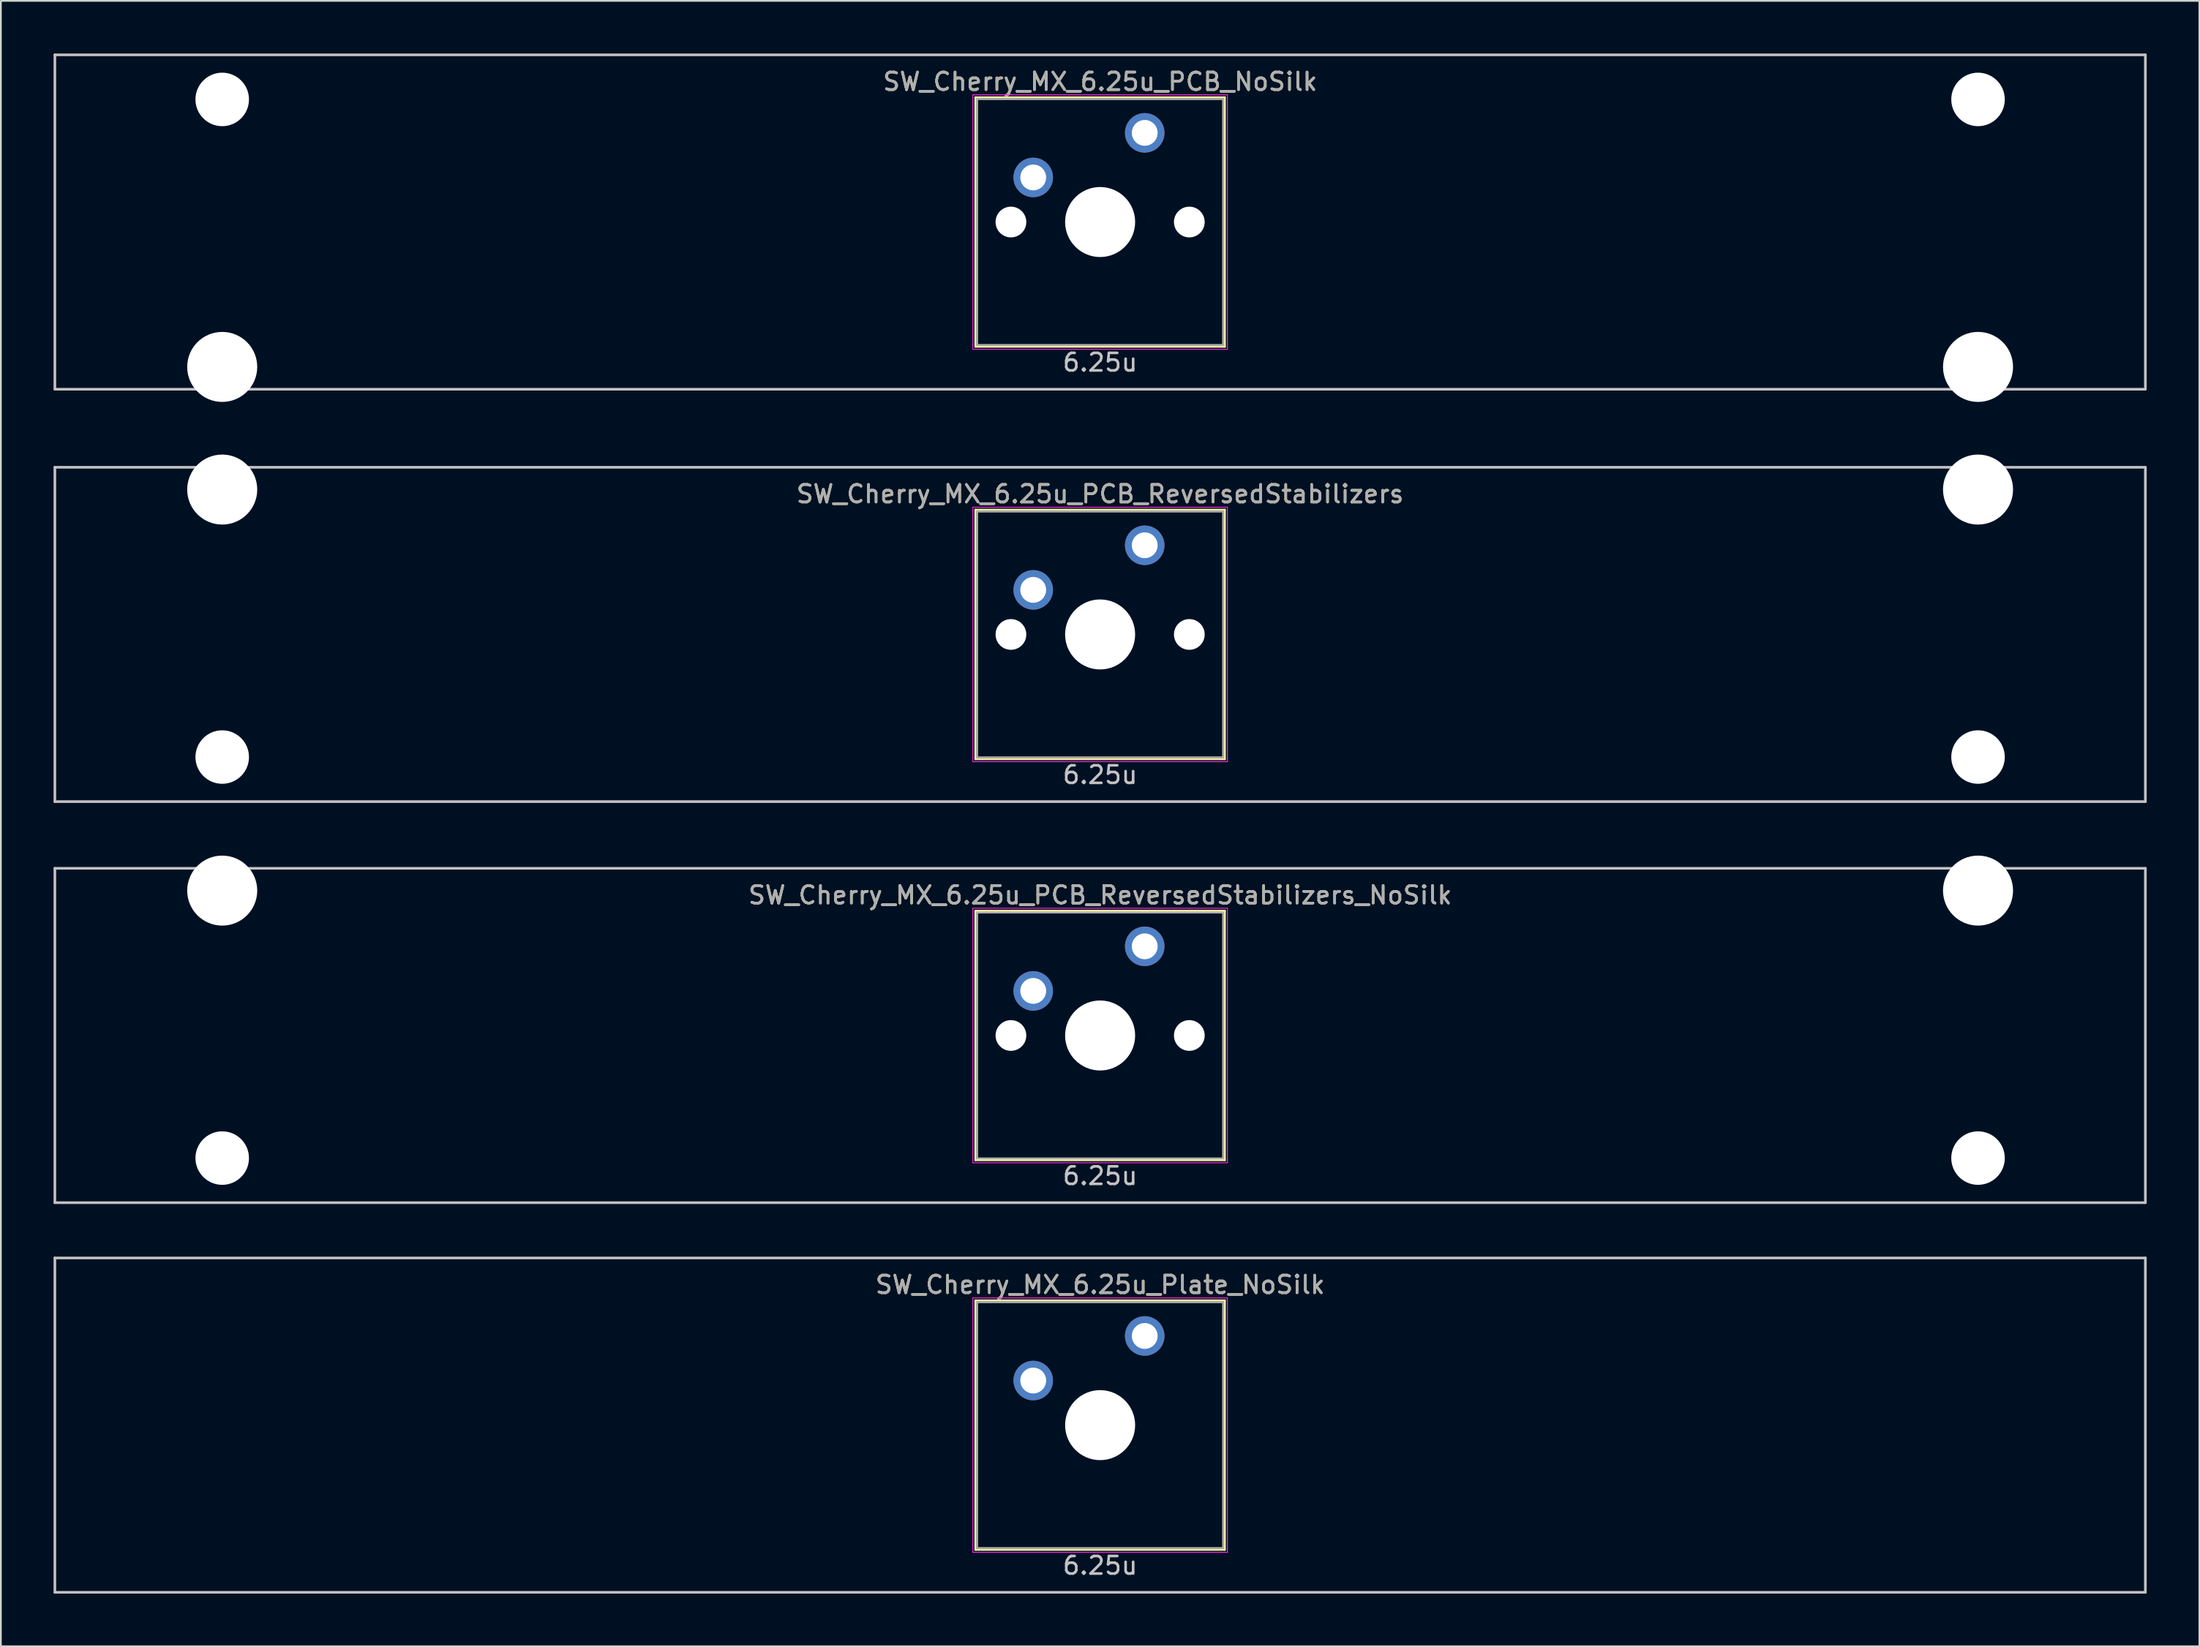
<source format=kicad_pcb>
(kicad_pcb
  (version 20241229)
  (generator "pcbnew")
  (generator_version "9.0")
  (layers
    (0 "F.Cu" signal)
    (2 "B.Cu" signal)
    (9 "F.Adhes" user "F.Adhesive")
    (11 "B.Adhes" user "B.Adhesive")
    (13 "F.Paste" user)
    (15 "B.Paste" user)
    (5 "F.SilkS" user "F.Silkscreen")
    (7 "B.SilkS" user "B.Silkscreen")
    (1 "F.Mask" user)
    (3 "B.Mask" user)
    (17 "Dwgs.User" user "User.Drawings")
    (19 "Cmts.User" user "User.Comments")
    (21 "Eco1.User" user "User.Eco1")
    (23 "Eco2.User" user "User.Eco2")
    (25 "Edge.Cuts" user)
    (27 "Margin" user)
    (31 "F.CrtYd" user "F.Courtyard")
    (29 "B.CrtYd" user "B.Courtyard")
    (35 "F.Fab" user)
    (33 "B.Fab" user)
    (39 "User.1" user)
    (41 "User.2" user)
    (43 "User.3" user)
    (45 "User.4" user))
  (footprint "SW_Cherry_MX_6.25u_PCB_ReversedStabilizers"
    (layer "F.Cu")
    (at 59.606 33.098)
    (property "Reference" "SW_Cherry_MX_6.25u_PCB_ReversedStabilizers" (at 0 -8 0) (layer "F.SilkS") (effects (font (size 1 1) (thickness 0.15))))
    (attr through_hole)
    (fp_line (start -7.1 -7.1) (end 7.1 -7.1) (stroke (width 0.12) (type solid)) (layer "F.SilkS"))
    (fp_line (start -7.1 7.1) (end -7.1 -7.1) (stroke (width 0.12) (type solid)) (layer "F.SilkS"))
    (fp_line (start 7.1 -7.1) (end 7.1 7.1) (stroke (width 0.12) (type solid)) (layer "F.SilkS"))
    (fp_line (start 7.1 7.1) (end -7.1 7.1) (stroke (width 0.12) (type solid)) (layer "F.SilkS"))
    (fp_line (start -59.531 -9.525) (end 59.531 -9.525) (stroke (width 0.15) (type solid)) (layer "Dwgs.User"))
    (fp_line (start -59.531 9.525) (end -59.531 -9.525) (stroke (width 0.15) (type solid)) (layer "Dwgs.User"))
    (fp_line (start -59.531 9.525) (end 59.531 9.525) (stroke (width 0.15) (type solid)) (layer "Dwgs.User"))
    (fp_line (start 59.531 -9.525) (end 59.531 9.525) (stroke (width 0.15) (type solid)) (layer "Dwgs.User"))
    (fp_line (start -7.25 -7.25) (end 7.25 -7.25) (stroke (width 0.05) (type solid)) (layer "F.CrtYd"))
    (fp_line (start -7.25 7.25) (end -7.25 -7.25) (stroke (width 0.05) (type solid)) (layer "F.CrtYd"))
    (fp_line (start 7.25 -7.25) (end 7.25 7.25) (stroke (width 0.05) (type solid)) (layer "F.CrtYd"))
    (fp_line (start 7.25 7.25) (end -7.25 7.25) (stroke (width 0.05) (type solid)) (layer "F.CrtYd"))
    (fp_line (start -7 -7) (end 7 -7) (stroke (width 0.1) (type solid)) (layer "F.Fab"))
    (fp_line (start -7 7) (end -7 -7) (stroke (width 0.1) (type solid)) (layer "F.Fab"))
    (fp_line (start 7 -7) (end 7 7) (stroke (width 0.1) (type solid)) (layer "F.Fab"))
    (fp_line (start 7 7) (end -7 7) (stroke (width 0.1) (type solid)) (layer "F.Fab"))
    (fp_text user "6.25u" (at 0 8 0) (layer "Dwgs.User") (effects (font (size 1 1) (thickness 0.15))))
    (fp_text user "${REFERENCE}" (at 0 -8 0) (layer "F.Fab") (effects (font (size 1 1) (thickness 0.15))))
    (pad "" np_thru_hole circle (at -50 -8.255) (size 3.988 3.988) (drill 3.988) (layers "*.Cu" "*.Mask"))
    (pad "" np_thru_hole circle (at -50 6.985) (size 3.048 3.048) (drill 3.048) (layers "*.Cu" "*.Mask"))
    (pad "" np_thru_hole circle (at -5.08 0 48.1) (size 1.75 1.75) (drill 1.75) (layers "*.Cu" "*.Mask"))
    (pad "" np_thru_hole circle (at 0 0) (size 3.988 3.988) (drill 3.988) (layers "*.Cu" "*.Mask"))
    (pad "" np_thru_hole circle (at 5.08 0 48.1) (size 1.75 1.75) (drill 1.75) (layers "*.Cu" "*.Mask"))
    (pad "" np_thru_hole circle (at 50 -8.255) (size 3.988 3.988) (drill 3.988) (layers "*.Cu" "*.Mask"))
    (pad "" np_thru_hole circle (at 50 6.985) (size 3.048 3.048) (drill 3.048) (layers "*.Cu" "*.Mask"))
    (pad "1" thru_hole circle (at -3.81 -2.54) (size 2.25 2.25) (drill 1.47) (layers "*.Cu" "B.Mask"))
    (pad "2" thru_hole circle (at 2.54 -5.08) (size 2.25 2.25) (drill 1.47) (layers "*.Cu" "B.Mask")))
  (footprint "SW_Cherry_MX_6.25u_Plate_NoSilk"
    (layer "F.Cu")
    (at 59.606 78.147)
    (property "Reference" "SW_Cherry_MX_6.25u_Plate_NoSilk" (at 0 -8 0) (layer "F.SilkS") (effects (font (size 1 1) (thickness 0.15))))
    (attr through_hole)
    (fp_line (start -7.1 -7.1) (end 7.1 -7.1) (stroke (width 0.12) (type solid)) (layer "F.SilkS"))
    (fp_line (start -7.1 7.1) (end -7.1 -7.1) (stroke (width 0.12) (type solid)) (layer "F.SilkS"))
    (fp_line (start 7.1 -7.1) (end 7.1 7.1) (stroke (width 0.12) (type solid)) (layer "F.SilkS"))
    (fp_line (start 7.1 7.1) (end -7.1 7.1) (stroke (width 0.12) (type solid)) (layer "F.SilkS"))
    (fp_line (start -59.531 -9.525) (end 59.531 -9.525) (stroke (width 0.15) (type solid)) (layer "Dwgs.User"))
    (fp_line (start -59.531 9.525) (end -59.531 -9.525) (stroke (width 0.15) (type solid)) (layer "Dwgs.User"))
    (fp_line (start -59.531 9.525) (end 59.531 9.525) (stroke (width 0.15) (type solid)) (layer "Dwgs.User"))
    (fp_line (start 59.531 -9.525) (end 59.531 9.525) (stroke (width 0.15) (type solid)) (layer "Dwgs.User"))
    (fp_line (start -7.25 -7.25) (end 7.25 -7.25) (stroke (width 0.05) (type solid)) (layer "F.CrtYd"))
    (fp_line (start -7.25 7.25) (end -7.25 -7.25) (stroke (width 0.05) (type solid)) (layer "F.CrtYd"))
    (fp_line (start 7.25 -7.25) (end 7.25 7.25) (stroke (width 0.05) (type solid)) (layer "F.CrtYd"))
    (fp_line (start 7.25 7.25) (end -7.25 7.25) (stroke (width 0.05) (type solid)) (layer "F.CrtYd"))
    (fp_line (start -7 -7) (end 7 -7) (stroke (width 0.1) (type solid)) (layer "F.Fab"))
    (fp_line (start -7 7) (end -7 -7) (stroke (width 0.1) (type solid)) (layer "F.Fab"))
    (fp_line (start 7 -7) (end 7 7) (stroke (width 0.1) (type solid)) (layer "F.Fab"))
    (fp_line (start 7 7) (end -7 7) (stroke (width 0.1) (type solid)) (layer "F.Fab"))
    (fp_text user "6.25u" (at 0 8 0) (layer "Dwgs.User") (effects (font (size 1 1) (thickness 0.15))))
    (fp_text user "${REFERENCE}" (at 0 -8 0) (layer "F.Fab") (effects (font (size 1 1) (thickness 0.15))))
    (pad "" np_thru_hole circle (at 0 0) (size 3.988 3.988) (drill 3.988) (layers "*.Cu" "*.Mask"))
    (pad "1" thru_hole circle (at -3.81 -2.54) (size 2.25 2.25) (drill 1.47) (layers "*.Cu" "B.Mask"))
    (pad "2" thru_hole circle (at 2.54 -5.08) (size 2.25 2.25) (drill 1.47) (layers "*.Cu" "B.Mask")))
  (footprint "SW_Cherry_MX_6.25u_PCB_NoSilk"
    (layer "F.Cu")
    (at 59.606 9.6)
    (property "Reference" "SW_Cherry_MX_6.25u_PCB_NoSilk" (at 0 -8 0) (layer "F.SilkS") (effects (font (size 1 1) (thickness 0.15))))
    (attr through_hole)
    (fp_line (start -7.1 -7.1) (end 7.1 -7.1) (stroke (width 0.12) (type solid)) (layer "F.SilkS"))
    (fp_line (start -7.1 7.1) (end -7.1 -7.1) (stroke (width 0.12) (type solid)) (layer "F.SilkS"))
    (fp_line (start 7.1 -7.1) (end 7.1 7.1) (stroke (width 0.12) (type solid)) (layer "F.SilkS"))
    (fp_line (start 7.1 7.1) (end -7.1 7.1) (stroke (width 0.12) (type solid)) (layer "F.SilkS"))
    (fp_line (start -59.531 -9.525) (end 59.531 -9.525) (stroke (width 0.15) (type solid)) (layer "Dwgs.User"))
    (fp_line (start -59.531 9.525) (end -59.531 -9.525) (stroke (width 0.15) (type solid)) (layer "Dwgs.User"))
    (fp_line (start -59.531 9.525) (end 59.531 9.525) (stroke (width 0.15) (type solid)) (layer "Dwgs.User"))
    (fp_line (start 59.531 -9.525) (end 59.531 9.525) (stroke (width 0.15) (type solid)) (layer "Dwgs.User"))
    (fp_line (start -7.25 -7.25) (end 7.25 -7.25) (stroke (width 0.05) (type solid)) (layer "F.CrtYd"))
    (fp_line (start -7.25 7.25) (end -7.25 -7.25) (stroke (width 0.05) (type solid)) (layer "F.CrtYd"))
    (fp_line (start 7.25 -7.25) (end 7.25 7.25) (stroke (width 0.05) (type solid)) (layer "F.CrtYd"))
    (fp_line (start 7.25 7.25) (end -7.25 7.25) (stroke (width 0.05) (type solid)) (layer "F.CrtYd"))
    (fp_line (start -7 -7) (end 7 -7) (stroke (width 0.1) (type solid)) (layer "F.Fab"))
    (fp_line (start -7 7) (end -7 -7) (stroke (width 0.1) (type solid)) (layer "F.Fab"))
    (fp_line (start 7 -7) (end 7 7) (stroke (width 0.1) (type solid)) (layer "F.Fab"))
    (fp_line (start 7 7) (end -7 7) (stroke (width 0.1) (type solid)) (layer "F.Fab"))
    (fp_text user "6.25u" (at 0 8 0) (layer "Dwgs.User") (effects (font (size 1 1) (thickness 0.15))))
    (fp_text user "${REFERENCE}" (at 0 -8 0) (layer "F.Fab") (effects (font (size 1 1) (thickness 0.15))))
    (pad "" np_thru_hole circle (at -50 -6.985) (size 3.048 3.048) (drill 3.048) (layers "*.Cu" "*.Mask"))
    (pad "" np_thru_hole circle (at -50 8.255) (size 3.988 3.988) (drill 3.988) (layers "*.Cu" "*.Mask"))
    (pad "" np_thru_hole circle (at -5.08 0 48.1) (size 1.75 1.75) (drill 1.75) (layers "*.Cu" "*.Mask"))
    (pad "" np_thru_hole circle (at 0 0) (size 3.988 3.988) (drill 3.988) (layers "*.Cu" "*.Mask"))
    (pad "" np_thru_hole circle (at 5.08 0 48.1) (size 1.75 1.75) (drill 1.75) (layers "*.Cu" "*.Mask"))
    (pad "" np_thru_hole circle (at 50 -6.985) (size 3.048 3.048) (drill 3.048) (layers "*.Cu" "*.Mask"))
    (pad "" np_thru_hole circle (at 50 8.255) (size 3.988 3.988) (drill 3.988) (layers "*.Cu" "*.Mask"))
    (pad "1" thru_hole circle (at -3.81 -2.54) (size 2.25 2.25) (drill 1.47) (layers "*.Cu" "B.Mask"))
    (pad "2" thru_hole circle (at 2.54 -5.08) (size 2.25 2.25) (drill 1.47) (layers "*.Cu" "B.Mask")))
  (footprint "SW_Cherry_MX_6.25u_PCB_ReversedStabilizers_NoSilk"
    (layer "F.Cu")
    (at 59.606 55.947)
    (property "Reference" "SW_Cherry_MX_6.25u_PCB_ReversedStabilizers_NoSilk" (at 0 -8 0) (layer "F.SilkS") (effects (font (size 1 1) (thickness 0.15))))
    (attr through_hole)
    (fp_line (start -7.1 -7.1) (end 7.1 -7.1) (stroke (width 0.12) (type solid)) (layer "F.SilkS"))
    (fp_line (start -7.1 7.1) (end -7.1 -7.1) (stroke (width 0.12) (type solid)) (layer "F.SilkS"))
    (fp_line (start 7.1 -7.1) (end 7.1 7.1) (stroke (width 0.12) (type solid)) (layer "F.SilkS"))
    (fp_line (start 7.1 7.1) (end -7.1 7.1) (stroke (width 0.12) (type solid)) (layer "F.SilkS"))
    (fp_line (start -59.531 -9.525) (end 59.531 -9.525) (stroke (width 0.15) (type solid)) (layer "Dwgs.User"))
    (fp_line (start -59.531 9.525) (end -59.531 -9.525) (stroke (width 0.15) (type solid)) (layer "Dwgs.User"))
    (fp_line (start -59.531 9.525) (end 59.531 9.525) (stroke (width 0.15) (type solid)) (layer "Dwgs.User"))
    (fp_line (start 59.531 -9.525) (end 59.531 9.525) (stroke (width 0.15) (type solid)) (layer "Dwgs.User"))
    (fp_line (start -7.25 -7.25) (end 7.25 -7.25) (stroke (width 0.05) (type solid)) (layer "F.CrtYd"))
    (fp_line (start -7.25 7.25) (end -7.25 -7.25) (stroke (width 0.05) (type solid)) (layer "F.CrtYd"))
    (fp_line (start 7.25 -7.25) (end 7.25 7.25) (stroke (width 0.05) (type solid)) (layer "F.CrtYd"))
    (fp_line (start 7.25 7.25) (end -7.25 7.25) (stroke (width 0.05) (type solid)) (layer "F.CrtYd"))
    (fp_line (start -7 -7) (end 7 -7) (stroke (width 0.1) (type solid)) (layer "F.Fab"))
    (fp_line (start -7 7) (end -7 -7) (stroke (width 0.1) (type solid)) (layer "F.Fab"))
    (fp_line (start 7 -7) (end 7 7) (stroke (width 0.1) (type solid)) (layer "F.Fab"))
    (fp_line (start 7 7) (end -7 7) (stroke (width 0.1) (type solid)) (layer "F.Fab"))
    (fp_text user "6.25u" (at 0 8 0) (layer "Dwgs.User") (effects (font (size 1 1) (thickness 0.15))))
    (fp_text user "${REFERENCE}" (at 0 -8 0) (layer "F.Fab") (effects (font (size 1 1) (thickness 0.15))))
    (pad "" np_thru_hole circle (at -50 -8.255) (size 3.988 3.988) (drill 3.988) (layers "*.Cu" "*.Mask"))
    (pad "" np_thru_hole circle (at -50 6.985) (size 3.048 3.048) (drill 3.048) (layers "*.Cu" "*.Mask"))
    (pad "" np_thru_hole circle (at -5.08 0 48.1) (size 1.75 1.75) (drill 1.75) (layers "*.Cu" "*.Mask"))
    (pad "" np_thru_hole circle (at 0 0) (size 3.988 3.988) (drill 3.988) (layers "*.Cu" "*.Mask"))
    (pad "" np_thru_hole circle (at 5.08 0 48.1) (size 1.75 1.75) (drill 1.75) (layers "*.Cu" "*.Mask"))
    (pad "" np_thru_hole circle (at 50 -8.255) (size 3.988 3.988) (drill 3.988) (layers "*.Cu" "*.Mask"))
    (pad "" np_thru_hole circle (at 50 6.985) (size 3.048 3.048) (drill 3.048) (layers "*.Cu" "*.Mask"))
    (pad "1" thru_hole circle (at -3.81 -2.54) (size 2.25 2.25) (drill 1.47) (layers "*.Cu" "B.Mask"))
    (pad "2" thru_hole circle (at 2.54 -5.08) (size 2.25 2.25) (drill 1.47) (layers "*.Cu" "B.Mask")))
  (gr_rect
    (start -3 -3)
    (end 122.213 90.747)
    (stroke (width 0.1) (type default))
    (fill no)
    (layer "Edge.Cuts")))
</source>
